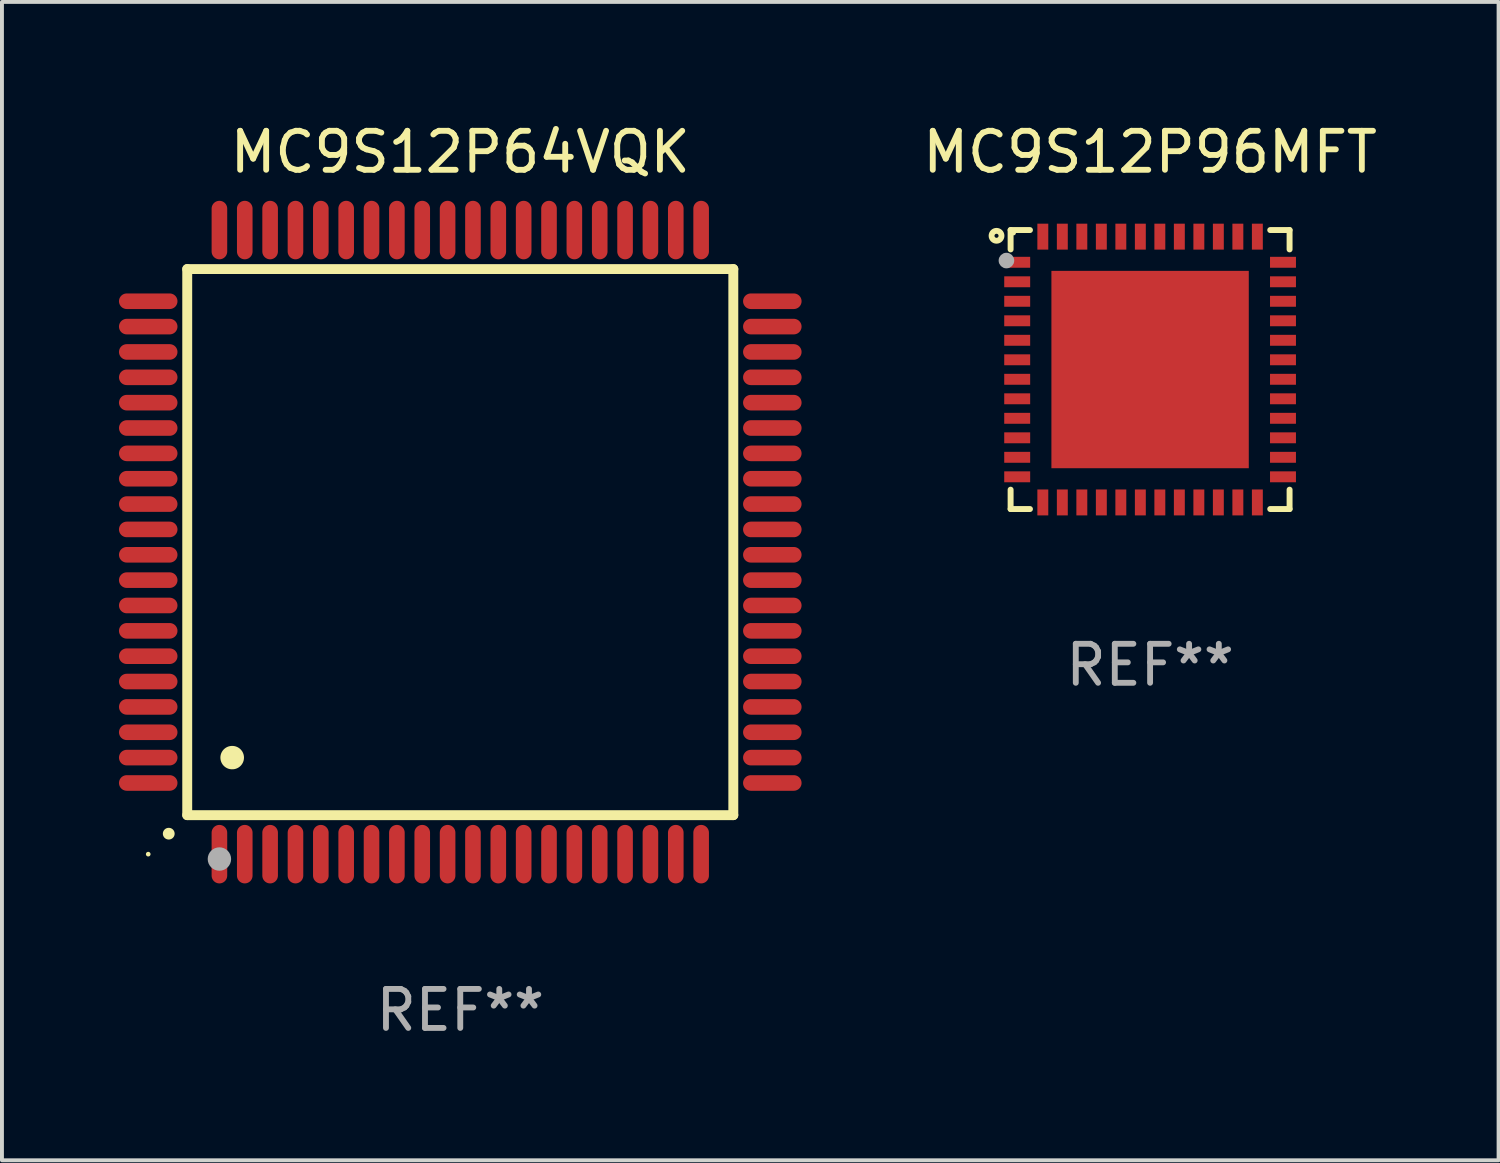
<source format=kicad_pcb>
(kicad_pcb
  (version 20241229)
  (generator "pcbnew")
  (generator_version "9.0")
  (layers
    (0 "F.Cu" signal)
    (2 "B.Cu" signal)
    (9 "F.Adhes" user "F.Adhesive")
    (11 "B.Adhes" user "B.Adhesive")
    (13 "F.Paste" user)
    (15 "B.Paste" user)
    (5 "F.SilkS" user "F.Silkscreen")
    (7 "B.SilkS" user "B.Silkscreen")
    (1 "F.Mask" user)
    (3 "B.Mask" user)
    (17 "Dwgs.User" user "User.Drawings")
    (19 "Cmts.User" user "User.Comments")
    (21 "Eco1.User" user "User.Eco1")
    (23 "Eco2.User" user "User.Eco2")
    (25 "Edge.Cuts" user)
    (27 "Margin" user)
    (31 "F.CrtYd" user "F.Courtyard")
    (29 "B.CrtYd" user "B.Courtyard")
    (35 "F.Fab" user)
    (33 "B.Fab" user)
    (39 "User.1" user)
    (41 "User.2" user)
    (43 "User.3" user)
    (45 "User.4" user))
  (footprint "MC9S12P64VQK"
    (layer "F.Cu")
    (at 8.75 10.848)
    (property "Reference" "MC9S12P64VQK" (at 0 -10 0) (layer "F.SilkS") (effects (font (size 1 1) (thickness 0.15))))
    (attr through_hole)
    (fp_line (start -7 -7) (end -7 7) (stroke (width 0.254) (type solid)) (layer "F.SilkS"))
    (fp_line (start -7 -7) (end 7 -7) (stroke (width 0.254) (type solid)) (layer "F.SilkS"))
    (fp_line (start -7 7) (end 7 7) (stroke (width 0.254) (type solid)) (layer "F.SilkS"))
    (fp_line (start 7 -7) (end 7 7) (stroke (width 0.254) (type solid)) (layer "F.SilkS"))
    (fp_arc (start -7.475006 7.475006) (mid -7.473736 7.475001) (end -7.472466 7.475006) (stroke (width 0.3) (type solid)) (layer "F.SilkS"))
    (fp_arc (start -5.850013 5.525019) (mid -5.847473 5.525008) (end -5.844933 5.525019) (stroke (width 0.6) (type solid)) (layer "F.SilkS"))
    (fp_circle (center -8 8) (end -7.97 8) (stroke (width 0.06) (type solid)) (fill no) (layer "F.SilkS"))
    (fp_circle (center -6.175 8.125) (end -6.025 8.125) (stroke (width 0.3) (type solid)) (fill no) (layer "F.Fab"))
    (fp_text user "REF**" (at 0 12 0) (layer "F.Fab") (effects (font (size 1 1) (thickness 0.15))))
    (pad "1" smd oval (at -6.175 8 180) (size 0.4 1.5) (layers "F.Cu" "F.Mask" "F.Paste"))
    (pad "2" smd oval (at -5.525 8 180) (size 0.4 1.5) (layers "F.Cu" "F.Mask" "F.Paste"))
    (pad "3" smd oval (at -4.875 8 180) (size 0.4 1.5) (layers "F.Cu" "F.Mask" "F.Paste"))
    (pad "4" smd oval (at -4.225 8 180) (size 0.4 1.5) (layers "F.Cu" "F.Mask" "F.Paste"))
    (pad "5" smd oval (at -3.575 8 180) (size 0.4 1.5) (layers "F.Cu" "F.Mask" "F.Paste"))
    (pad "6" smd oval (at -2.925 8 180) (size 0.4 1.5) (layers "F.Cu" "F.Mask" "F.Paste"))
    (pad "7" smd oval (at -2.275 8 180) (size 0.4 1.5) (layers "F.Cu" "F.Mask" "F.Paste"))
    (pad "8" smd oval (at -1.625 8 180) (size 0.4 1.5) (layers "F.Cu" "F.Mask" "F.Paste"))
    (pad "9" smd oval (at -0.975 8 180) (size 0.4 1.5) (layers "F.Cu" "F.Mask" "F.Paste"))
    (pad "10" smd oval (at -0.325 8 180) (size 0.4 1.5) (layers "F.Cu" "F.Mask" "F.Paste"))
    (pad "11" smd oval (at 0.325 8 180) (size 0.4 1.5) (layers "F.Cu" "F.Mask" "F.Paste"))
    (pad "12" smd oval (at 0.975 8 180) (size 0.4 1.5) (layers "F.Cu" "F.Mask" "F.Paste"))
    (pad "13" smd oval (at 1.625 8 180) (size 0.4 1.5) (layers "F.Cu" "F.Mask" "F.Paste"))
    (pad "14" smd oval (at 2.275 8 180) (size 0.4 1.5) (layers "F.Cu" "F.Mask" "F.Paste"))
    (pad "15" smd oval (at 2.925 8 180) (size 0.4 1.5) (layers "F.Cu" "F.Mask" "F.Paste"))
    (pad "16" smd oval (at 3.575 8 180) (size 0.4 1.5) (layers "F.Cu" "F.Mask" "F.Paste"))
    (pad "17" smd oval (at 4.225 8 180) (size 0.4 1.5) (layers "F.Cu" "F.Mask" "F.Paste"))
    (pad "18" smd oval (at 4.875 8 180) (size 0.4 1.5) (layers "F.Cu" "F.Mask" "F.Paste"))
    (pad "19" smd oval (at 5.525 8 180) (size 0.4 1.5) (layers "F.Cu" "F.Mask" "F.Paste"))
    (pad "20" smd oval (at 6.175 8) (size 0.4 1.5) (layers "F.Cu" "F.Mask" "F.Paste"))
    (pad "21" smd oval (at 8 6.175 270) (size 0.4 1.5) (layers "F.Cu" "F.Mask" "F.Paste"))
    (pad "22" smd oval (at 8 5.525 90) (size 0.4 1.5) (layers "F.Cu" "F.Mask" "F.Paste"))
    (pad "23" smd oval (at 8 4.875 90) (size 0.4 1.5) (layers "F.Cu" "F.Mask" "F.Paste"))
    (pad "24" smd oval (at 8 4.225 90) (size 0.4 1.5) (layers "F.Cu" "F.Mask" "F.Paste"))
    (pad "25" smd oval (at 8 3.575 90) (size 0.4 1.5) (layers "F.Cu" "F.Mask" "F.Paste"))
    (pad "26" smd oval (at 8 2.925 90) (size 0.4 1.5) (layers "F.Cu" "F.Mask" "F.Paste"))
    (pad "27" smd oval (at 8 2.275 90) (size 0.4 1.5) (layers "F.Cu" "F.Mask" "F.Paste"))
    (pad "28" smd oval (at 8 1.625 90) (size 0.4 1.5) (layers "F.Cu" "F.Mask" "F.Paste"))
    (pad "29" smd oval (at 8 0.975 90) (size 0.4 1.5) (layers "F.Cu" "F.Mask" "F.Paste"))
    (pad "30" smd oval (at 8 0.325 90) (size 0.4 1.5) (layers "F.Cu" "F.Mask" "F.Paste"))
    (pad "31" smd oval (at 8 -0.325 90) (size 0.4 1.5) (layers "F.Cu" "F.Mask" "F.Paste"))
    (pad "32" smd oval (at 8 -0.975 90) (size 0.4 1.5) (layers "F.Cu" "F.Mask" "F.Paste"))
    (pad "33" smd oval (at 8 -1.625 90) (size 0.4 1.5) (layers "F.Cu" "F.Mask" "F.Paste"))
    (pad "34" smd oval (at 8 -2.275 90) (size 0.4 1.5) (layers "F.Cu" "F.Mask" "F.Paste"))
    (pad "35" smd oval (at 8 -2.925 90) (size 0.4 1.5) (layers "F.Cu" "F.Mask" "F.Paste"))
    (pad "36" smd oval (at 8 -3.575 90) (size 0.4 1.5) (layers "F.Cu" "F.Mask" "F.Paste"))
    (pad "37" smd oval (at 8 -4.225 90) (size 0.4 1.5) (layers "F.Cu" "F.Mask" "F.Paste"))
    (pad "38" smd oval (at 8 -4.875 90) (size 0.4 1.5) (layers "F.Cu" "F.Mask" "F.Paste"))
    (pad "39" smd oval (at 8 -5.525 90) (size 0.4 1.5) (layers "F.Cu" "F.Mask" "F.Paste"))
    (pad "40" smd oval (at 8 -6.175 90) (size 0.4 1.5) (layers "F.Cu" "F.Mask" "F.Paste"))
    (pad "41" smd oval (at 6.175 -8) (size 0.4 1.5) (layers "F.Cu" "F.Mask" "F.Paste"))
    (pad "42" smd oval (at 5.525 -8 180) (size 0.4 1.5) (layers "F.Cu" "F.Mask" "F.Paste"))
    (pad "43" smd oval (at 4.875 -8 180) (size 0.4 1.5) (layers "F.Cu" "F.Mask" "F.Paste"))
    (pad "44" smd oval (at 4.225 -8 180) (size 0.4 1.5) (layers "F.Cu" "F.Mask" "F.Paste"))
    (pad "45" smd oval (at 3.575 -8 180) (size 0.4 1.5) (layers "F.Cu" "F.Mask" "F.Paste"))
    (pad "46" smd oval (at 2.925 -8 180) (size 0.4 1.5) (layers "F.Cu" "F.Mask" "F.Paste"))
    (pad "47" smd oval (at 2.275 -8 180) (size 0.4 1.5) (layers "F.Cu" "F.Mask" "F.Paste"))
    (pad "48" smd oval (at 1.625 -8 180) (size 0.4 1.5) (layers "F.Cu" "F.Mask" "F.Paste"))
    (pad "49" smd oval (at 0.975 -8 180) (size 0.4 1.5) (layers "F.Cu" "F.Mask" "F.Paste"))
    (pad "50" smd oval (at 0.325 -8 180) (size 0.4 1.5) (layers "F.Cu" "F.Mask" "F.Paste"))
    (pad "51" smd oval (at -0.325 -8 180) (size 0.4 1.5) (layers "F.Cu" "F.Mask" "F.Paste"))
    (pad "52" smd oval (at -0.975 -8 180) (size 0.4 1.5) (layers "F.Cu" "F.Mask" "F.Paste"))
    (pad "53" smd oval (at -1.625 -8 180) (size 0.4 1.5) (layers "F.Cu" "F.Mask" "F.Paste"))
    (pad "54" smd oval (at -2.275 -8 180) (size 0.4 1.5) (layers "F.Cu" "F.Mask" "F.Paste"))
    (pad "55" smd oval (at -2.925 -8 180) (size 0.4 1.5) (layers "F.Cu" "F.Mask" "F.Paste"))
    (pad "56" smd oval (at -3.575 -8 180) (size 0.4 1.5) (layers "F.Cu" "F.Mask" "F.Paste"))
    (pad "57" smd oval (at -4.225 -8 180) (size 0.4 1.5) (layers "F.Cu" "F.Mask" "F.Paste"))
    (pad "58" smd oval (at -4.875 -8 180) (size 0.4 1.5) (layers "F.Cu" "F.Mask" "F.Paste"))
    (pad "59" smd oval (at -5.525 -8 180) (size 0.4 1.5) (layers "F.Cu" "F.Mask" "F.Paste"))
    (pad "60" smd oval (at -6.175 -8 180) (size 0.4 1.5) (layers "F.Cu" "F.Mask" "F.Paste"))
    (pad "61" smd oval (at -8 -6.175 90) (size 0.4 1.5) (layers "F.Cu" "F.Mask" "F.Paste"))
    (pad "62" smd oval (at -8 -5.525 90) (size 0.4 1.5) (layers "F.Cu" "F.Mask" "F.Paste"))
    (pad "63" smd oval (at -8 -4.875 90) (size 0.4 1.5) (layers "F.Cu" "F.Mask" "F.Paste"))
    (pad "64" smd oval (at -8 -4.225 90) (size 0.4 1.5) (layers "F.Cu" "F.Mask" "F.Paste"))
    (pad "65" smd oval (at -8 -3.575 90) (size 0.4 1.5) (layers "F.Cu" "F.Mask" "F.Paste"))
    (pad "66" smd oval (at -8 -2.925 90) (size 0.4 1.5) (layers "F.Cu" "F.Mask" "F.Paste"))
    (pad "67" smd oval (at -8 -2.275 90) (size 0.4 1.5) (layers "F.Cu" "F.Mask" "F.Paste"))
    (pad "68" smd oval (at -8 -1.625 90) (size 0.4 1.5) (layers "F.Cu" "F.Mask" "F.Paste"))
    (pad "69" smd oval (at -8 -0.975 90) (size 0.4 1.5) (layers "F.Cu" "F.Mask" "F.Paste"))
    (pad "70" smd oval (at -8 -0.325 90) (size 0.4 1.5) (layers "F.Cu" "F.Mask" "F.Paste"))
    (pad "71" smd oval (at -8 0.325 90) (size 0.4 1.5) (layers "F.Cu" "F.Mask" "F.Paste"))
    (pad "72" smd oval (at -8 0.975 90) (size 0.4 1.5) (layers "F.Cu" "F.Mask" "F.Paste"))
    (pad "73" smd oval (at -8 1.625 90) (size 0.4 1.5) (layers "F.Cu" "F.Mask" "F.Paste"))
    (pad "74" smd oval (at -8 2.275 90) (size 0.4 1.5) (layers "F.Cu" "F.Mask" "F.Paste"))
    (pad "75" smd oval (at -8 2.925 90) (size 0.4 1.5) (layers "F.Cu" "F.Mask" "F.Paste"))
    (pad "76" smd oval (at -8 3.575 90) (size 0.4 1.5) (layers "F.Cu" "F.Mask" "F.Paste"))
    (pad "77" smd oval (at -8 4.225 90) (size 0.4 1.5) (layers "F.Cu" "F.Mask" "F.Paste"))
    (pad "78" smd oval (at -8 4.875 90) (size 0.4 1.5) (layers "F.Cu" "F.Mask" "F.Paste"))
    (pad "79" smd oval (at -8 5.525 90) (size 0.4 1.5) (layers "F.Cu" "F.Mask" "F.Paste"))
    (pad "80" smd oval (at -8 6.175 270) (size 0.4 1.5) (layers "F.Cu" "F.Mask" "F.Paste")))
  (footprint "MC9S12P96MFT"
    (layer "F.Cu")
    (at 26.435 6.424)
    (property "Reference" "MC9S12P96MFT" (at 0 -5.576 0) (layer "F.SilkS") (effects (font (size 1 1) (thickness 0.15))))
    (attr through_hole)
    (fp_line (start -3.576 -3.576) (end -3.576 -3.08) (stroke (width 0.152) (type solid)) (layer "F.SilkS"))
    (fp_line (start -3.576 3.576) (end -3.576 3.08) (stroke (width 0.152) (type solid)) (layer "F.SilkS"))
    (fp_line (start -3.08 -3.576) (end -3.576 -3.576) (stroke (width 0.152) (type solid)) (layer "F.SilkS"))
    (fp_line (start -3.08 3.576) (end -3.576 3.576) (stroke (width 0.152) (type solid)) (layer "F.SilkS"))
    (fp_line (start 3.08 -3.576) (end 3.576 -3.576) (stroke (width 0.152) (type solid)) (layer "F.SilkS"))
    (fp_line (start 3.08 3.576) (end 3.576 3.576) (stroke (width 0.152) (type solid)) (layer "F.SilkS"))
    (fp_line (start 3.576 -3.576) (end 3.576 -3.08) (stroke (width 0.152) (type solid)) (layer "F.SilkS"))
    (fp_line (start 3.576 3.576) (end 3.576 3.08) (stroke (width 0.152) (type solid)) (layer "F.SilkS"))
    (fp_circle (center -3.937 -3.429) (end -3.81 -3.429) (stroke (width 0.15) (type solid)) (fill no) (layer "F.SilkS"))
    (fp_circle (center -3.5 -3.5) (end -3.47 -3.5) (stroke (width 0.06) (type solid)) (fill no) (layer "F.SilkS"))
    (fp_circle (center -3.683 -2.794) (end -3.583 -2.794) (stroke (width 0.2) (type solid)) (fill no) (layer "F.Fab"))
    (fp_text user "REF**" (at 0 7.576 0) (layer "F.Fab") (effects (font (size 1 1) (thickness 0.15))))
    (pad "1" smd rect (at -3.407 -2.75) (size 0.665 0.28) (layers "F.Cu" "F.Mask" "F.Paste"))
    (pad "2" smd rect (at -3.407 -2.25) (size 0.665 0.28) (layers "F.Cu" "F.Mask" "F.Paste"))
    (pad "3" smd rect (at -3.407 -1.75) (size 0.665 0.28) (layers "F.Cu" "F.Mask" "F.Paste"))
    (pad "4" smd rect (at -3.407 -1.25) (size 0.665 0.28) (layers "F.Cu" "F.Mask" "F.Paste"))
    (pad "5" smd rect (at -3.407 -0.75) (size 0.665 0.28) (layers "F.Cu" "F.Mask" "F.Paste"))
    (pad "6" smd rect (at -3.407 -0.25) (size 0.665 0.28) (layers "F.Cu" "F.Mask" "F.Paste"))
    (pad "7" smd rect (at -3.407 0.25) (size 0.665 0.28) (layers "F.Cu" "F.Mask" "F.Paste"))
    (pad "8" smd rect (at -3.407 0.75) (size 0.665 0.28) (layers "F.Cu" "F.Mask" "F.Paste"))
    (pad "9" smd rect (at -3.407 1.25) (size 0.665 0.28) (layers "F.Cu" "F.Mask" "F.Paste"))
    (pad "10" smd rect (at -3.407 1.75) (size 0.665 0.28) (layers "F.Cu" "F.Mask" "F.Paste"))
    (pad "11" smd rect (at -3.407 2.25) (size 0.665 0.28) (layers "F.Cu" "F.Mask" "F.Paste"))
    (pad "12" smd rect (at -3.407 2.75) (size 0.665 0.28) (layers "F.Cu" "F.Mask" "F.Paste"))
    (pad "13" smd rect (at -2.75 3.407) (size 0.28 0.665) (layers "F.Cu" "F.Mask" "F.Paste"))
    (pad "14" smd rect (at -2.25 3.407) (size 0.28 0.665) (layers "F.Cu" "F.Mask" "F.Paste"))
    (pad "15" smd rect (at -1.75 3.407) (size 0.28 0.665) (layers "F.Cu" "F.Mask" "F.Paste"))
    (pad "16" smd rect (at -1.25 3.407) (size 0.28 0.665) (layers "F.Cu" "F.Mask" "F.Paste"))
    (pad "17" smd rect (at -0.75 3.407) (size 0.28 0.665) (layers "F.Cu" "F.Mask" "F.Paste"))
    (pad "18" smd rect (at -0.25 3.407) (size 0.28 0.665) (layers "F.Cu" "F.Mask" "F.Paste"))
    (pad "19" smd rect (at 0.25 3.407) (size 0.28 0.665) (layers "F.Cu" "F.Mask" "F.Paste"))
    (pad "20" smd rect (at 0.75 3.407) (size 0.28 0.665) (layers "F.Cu" "F.Mask" "F.Paste"))
    (pad "21" smd rect (at 1.25 3.407) (size 0.28 0.665) (layers "F.Cu" "F.Mask" "F.Paste"))
    (pad "22" smd rect (at 1.75 3.407) (size 0.28 0.665) (layers "F.Cu" "F.Mask" "F.Paste"))
    (pad "23" smd rect (at 2.25 3.407) (size 0.28 0.665) (layers "F.Cu" "F.Mask" "F.Paste"))
    (pad "24" smd rect (at 2.75 3.407) (size 0.28 0.665) (layers "F.Cu" "F.Mask" "F.Paste"))
    (pad "25" smd rect (at 3.407 2.75) (size 0.665 0.28) (layers "F.Cu" "F.Mask" "F.Paste"))
    (pad "26" smd rect (at 3.407 2.25) (size 0.665 0.28) (layers "F.Cu" "F.Mask" "F.Paste"))
    (pad "27" smd rect (at 3.407 1.75) (size 0.665 0.28) (layers "F.Cu" "F.Mask" "F.Paste"))
    (pad "28" smd rect (at 3.407 1.25) (size 0.665 0.28) (layers "F.Cu" "F.Mask" "F.Paste"))
    (pad "29" smd rect (at 3.407 0.75) (size 0.665 0.28) (layers "F.Cu" "F.Mask" "F.Paste"))
    (pad "30" smd rect (at 3.407 0.25) (size 0.665 0.28) (layers "F.Cu" "F.Mask" "F.Paste"))
    (pad "31" smd rect (at 3.407 -0.25) (size 0.665 0.28) (layers "F.Cu" "F.Mask" "F.Paste"))
    (pad "32" smd rect (at 3.407 -0.75) (size 0.665 0.28) (layers "F.Cu" "F.Mask" "F.Paste"))
    (pad "33" smd rect (at 3.407 -1.25) (size 0.665 0.28) (layers "F.Cu" "F.Mask" "F.Paste"))
    (pad "34" smd rect (at 3.407 -1.75) (size 0.665 0.28) (layers "F.Cu" "F.Mask" "F.Paste"))
    (pad "35" smd rect (at 3.407 -2.25) (size 0.665 0.28) (layers "F.Cu" "F.Mask" "F.Paste"))
    (pad "36" smd rect (at 3.407 -2.75) (size 0.665 0.28) (layers "F.Cu" "F.Mask" "F.Paste"))
    (pad "37" smd rect (at 2.75 -3.407) (size 0.28 0.665) (layers "F.Cu" "F.Mask" "F.Paste"))
    (pad "38" smd rect (at 2.25 -3.407) (size 0.28 0.665) (layers "F.Cu" "F.Mask" "F.Paste"))
    (pad "39" smd rect (at 1.75 -3.407) (size 0.28 0.665) (layers "F.Cu" "F.Mask" "F.Paste"))
    (pad "40" smd rect (at 1.25 -3.407) (size 0.28 0.665) (layers "F.Cu" "F.Mask" "F.Paste"))
    (pad "41" smd rect (at 0.75 -3.407) (size 0.28 0.665) (layers "F.Cu" "F.Mask" "F.Paste"))
    (pad "42" smd rect (at 0.25 -3.407) (size 0.28 0.665) (layers "F.Cu" "F.Mask" "F.Paste"))
    (pad "43" smd rect (at -0.25 -3.407) (size 0.28 0.665) (layers "F.Cu" "F.Mask" "F.Paste"))
    (pad "44" smd rect (at -0.75 -3.407) (size 0.28 0.665) (layers "F.Cu" "F.Mask" "F.Paste"))
    (pad "45" smd rect (at -1.25 -3.407) (size 0.28 0.665) (layers "F.Cu" "F.Mask" "F.Paste"))
    (pad "46" smd rect (at -1.75 -3.407) (size 0.28 0.665) (layers "F.Cu" "F.Mask" "F.Paste"))
    (pad "47" smd rect (at -2.25 -3.407) (size 0.28 0.665) (layers "F.Cu" "F.Mask" "F.Paste"))
    (pad "48" smd rect (at -2.75 -3.407) (size 0.28 0.665) (layers "F.Cu" "F.Mask" "F.Paste"))
    (pad "49" smd rect (at 0 0) (size 5.06 5.06) (layers "F.Cu" "F.Mask" "F.Paste")))
  (gr_rect
    (start -3 -3)
    (end 35.369 26.697)
    (stroke (width 0.1) (type default))
    (fill no)
    (layer "Edge.Cuts")))
</source>
